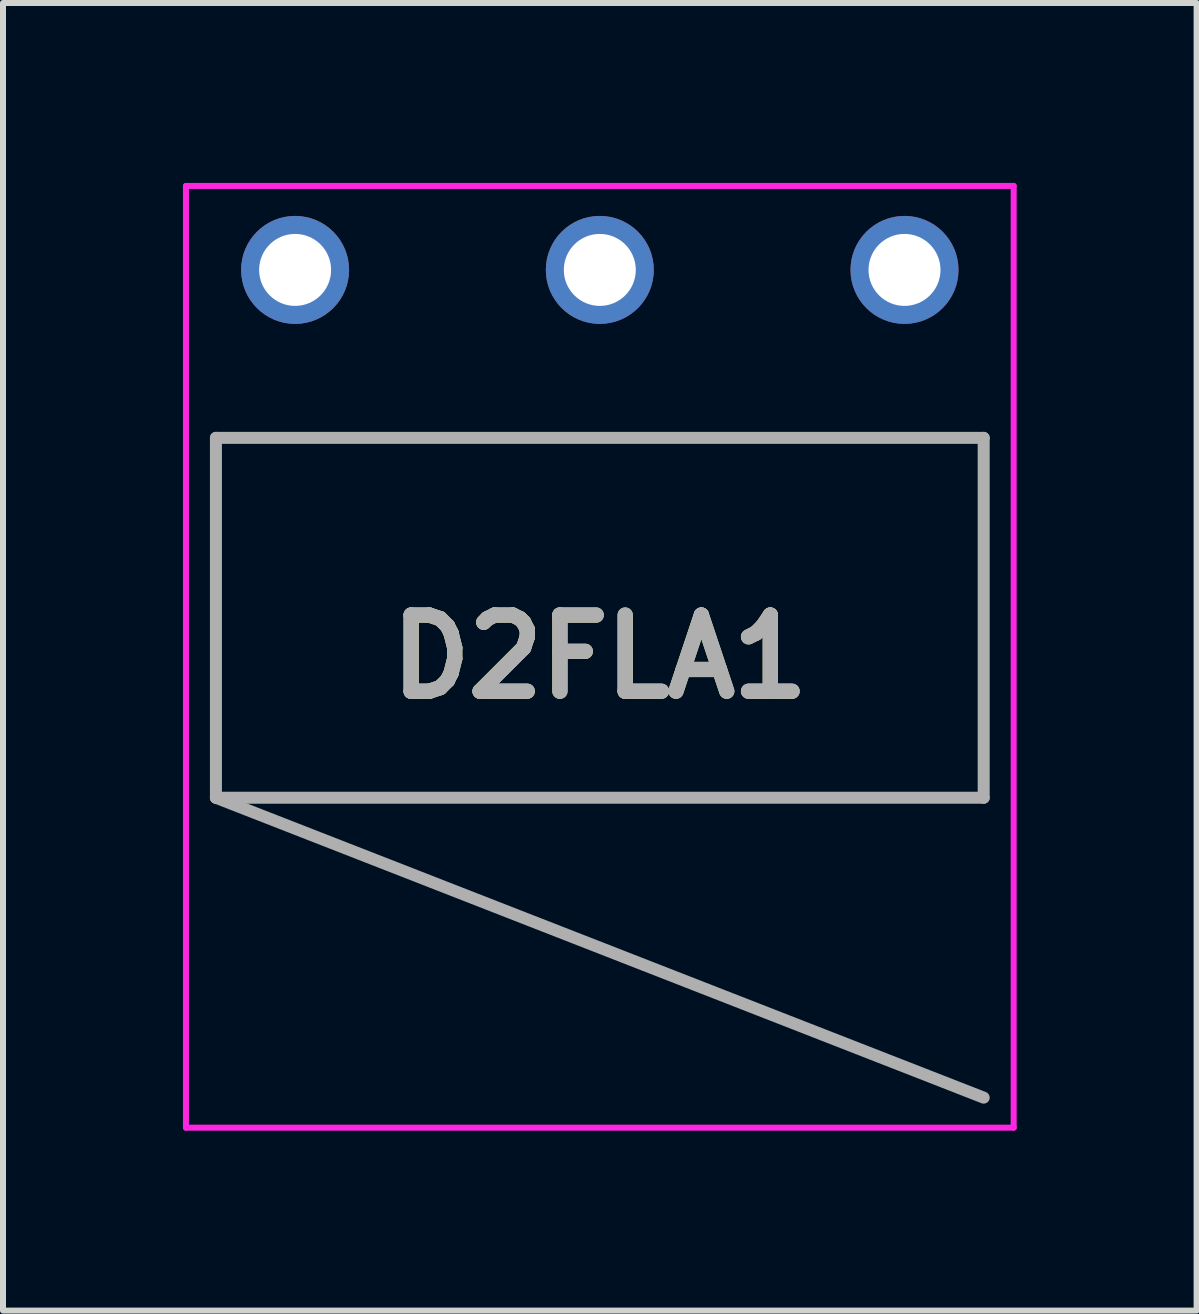
<source format=kicad_pcb>
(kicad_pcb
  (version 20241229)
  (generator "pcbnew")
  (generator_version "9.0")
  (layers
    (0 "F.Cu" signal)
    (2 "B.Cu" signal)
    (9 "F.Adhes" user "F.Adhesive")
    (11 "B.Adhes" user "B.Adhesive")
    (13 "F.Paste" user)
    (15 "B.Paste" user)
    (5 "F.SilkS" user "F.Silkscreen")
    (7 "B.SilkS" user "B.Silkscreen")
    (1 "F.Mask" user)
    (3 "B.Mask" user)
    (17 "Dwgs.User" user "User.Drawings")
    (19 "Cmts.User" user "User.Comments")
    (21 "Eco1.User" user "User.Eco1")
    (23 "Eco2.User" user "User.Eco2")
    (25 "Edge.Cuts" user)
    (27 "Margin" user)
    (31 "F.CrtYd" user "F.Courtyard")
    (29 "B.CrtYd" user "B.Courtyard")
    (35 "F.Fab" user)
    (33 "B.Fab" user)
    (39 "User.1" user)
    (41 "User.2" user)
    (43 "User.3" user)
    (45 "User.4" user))
  (footprint "D2FLA1"
    (layer "F.Cu")
    (at 1.87 1.45)
    (property "Reference" "D2FLA1" (at 5.08 6.45 0) (layer "F.SilkS") (effects (font (size 1.27 1.27) (thickness 0.254))))
    (attr through_hole)
    (fp_line (start -1.32 2.8) (end -1.32 8.8) (stroke (width 0.1) (type solid)) (layer "F.SilkS"))
    (fp_line (start -1.32 8.8) (end 11.48 8.8) (stroke (width 0.1) (type solid)) (layer "F.SilkS"))
    (fp_line (start 11.48 2.8) (end -1.32 2.8) (stroke (width 0.1) (type solid)) (layer "F.SilkS"))
    (fp_line (start 11.48 8.8) (end 11.48 2.8) (stroke (width 0.1) (type solid)) (layer "F.SilkS"))
    (fp_line (start -1.82 -1.4) (end -1.82 14.3) (stroke (width 0.1) (type solid)) (layer "F.CrtYd"))
    (fp_line (start -1.82 14.3) (end 11.98 14.3) (stroke (width 0.1) (type solid)) (layer "F.CrtYd"))
    (fp_line (start 11.98 -1.4) (end -1.82 -1.4) (stroke (width 0.1) (type solid)) (layer "F.CrtYd"))
    (fp_line (start 11.98 14.3) (end 11.98 -1.4) (stroke (width 0.1) (type solid)) (layer "F.CrtYd"))
    (fp_line (start -1.32 2.8) (end 11.48 2.8) (stroke (width 0.2) (type solid)) (layer "F.Fab"))
    (fp_line (start -1.32 8.8) (end -1.32 2.8) (stroke (width 0.2) (type solid)) (layer "F.Fab"))
    (fp_line (start -1.32 8.8) (end 11.48 13.8) (stroke (width 0.2) (type solid)) (layer "F.Fab"))
    (fp_line (start 11.48 2.8) (end 11.48 8.8) (stroke (width 0.2) (type solid)) (layer "F.Fab"))
    (fp_line (start 11.48 8.8) (end -1.32 8.8) (stroke (width 0.2) (type solid)) (layer "F.Fab"))
    (fp_text user "${REFERENCE}" (at 5.08 6.45 0) (layer "F.Fab") (effects (font (size 1.27 1.27) (thickness 0.254))))
    (pad "1" thru_hole circle (at 0 0) (size 1.8 1.8) (drill 1.2) (layers "*.Cu" "*.Mask"))
    (pad "2" thru_hole circle (at 5.08 0) (size 1.8 1.8) (drill 1.2) (layers "*.Cu" "*.Mask"))
    (pad "3" thru_hole circle (at 10.16 0) (size 1.8 1.8) (drill 1.2) (layers "*.Cu" "*.Mask")))
  (gr_rect
    (start -3 -3)
    (end 16.9 18.8)
    (stroke (width 0.1) (type default))
    (fill no)
    (layer "Edge.Cuts")))
</source>
